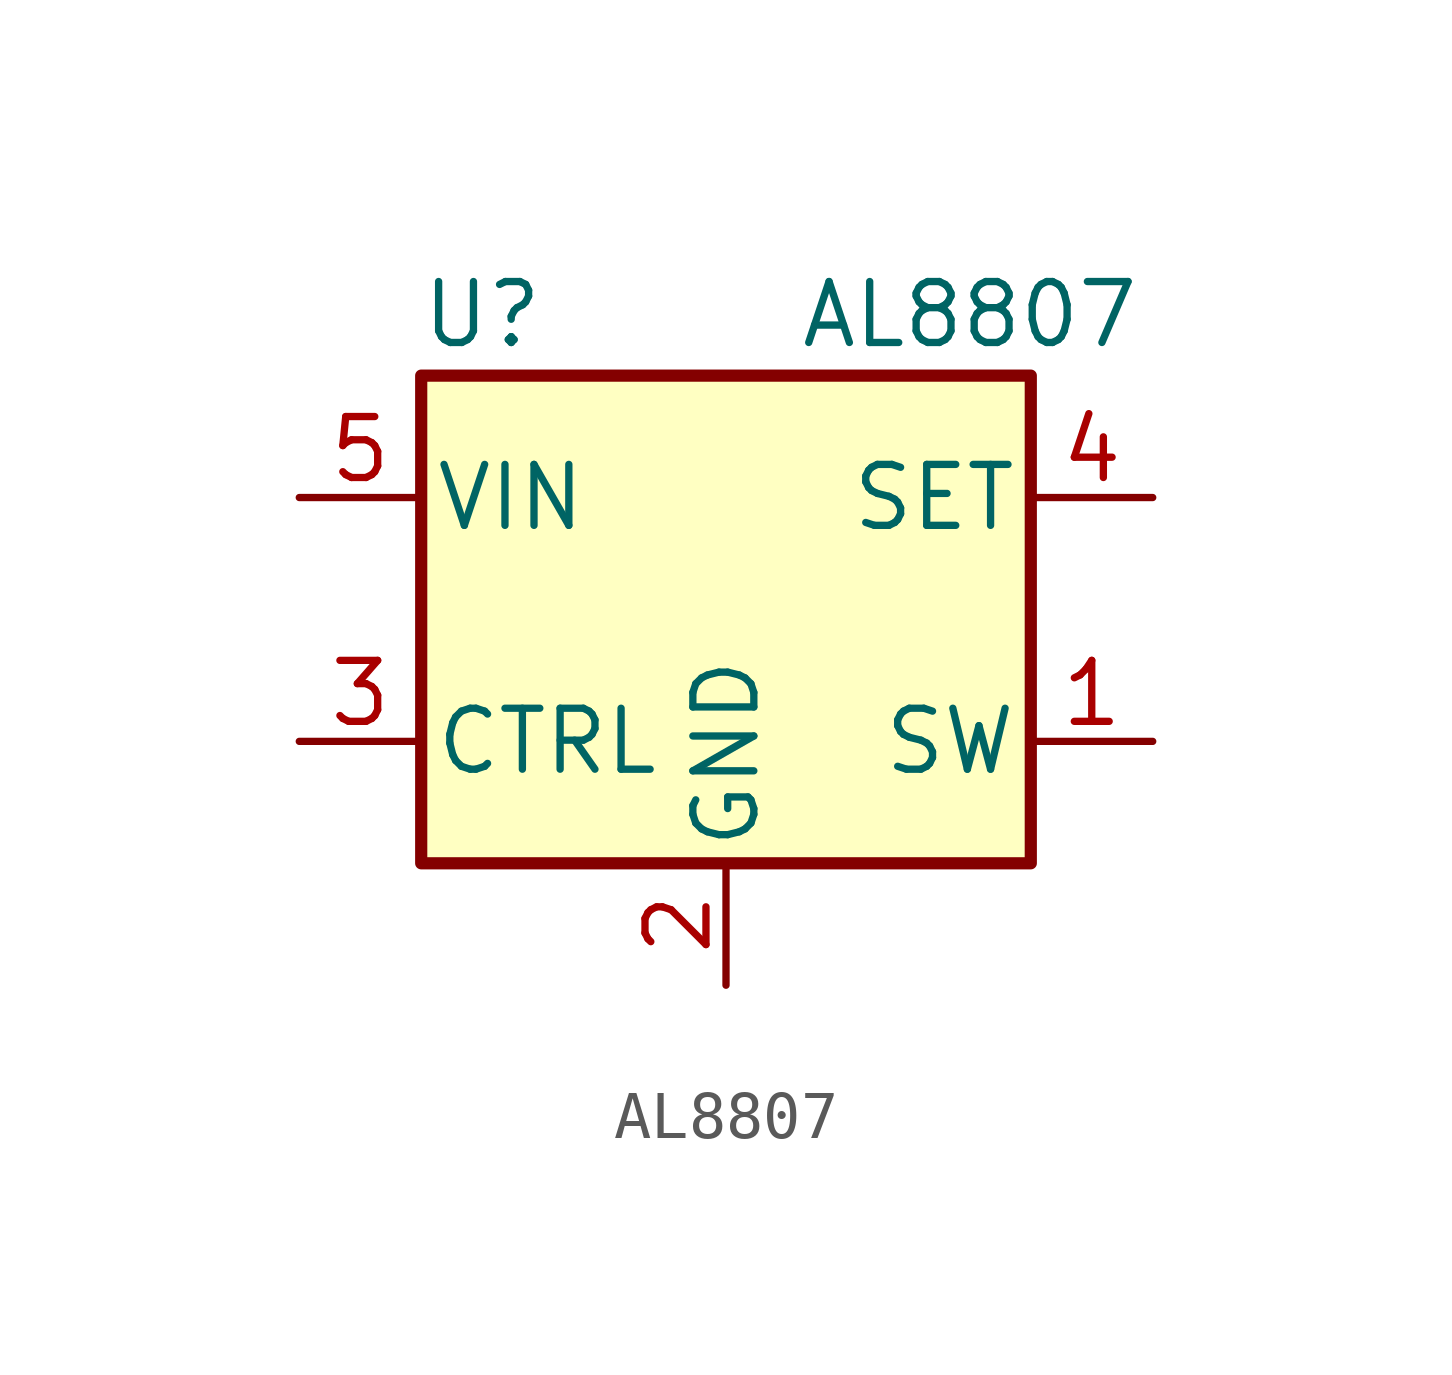
<source format=kicad_sym>
(kicad_symbol_lib
  (version 20231120)
  (generator "kicad_symbol_editor")
  (generator_version "8.0")
  (symbol "AL8807"
    (pin_names
      (offset 0.254))
    (property "Reference" "U"
      (at -5.08 6.35 0)
      (effects (font (size 1.27 1.27))))
    (property "Value" "AL8807"
      (at 5.08 6.35 0)
      (effects (font (size 1.27 1.27))))
    (symbol "AL8807_0_1"
      (rectangle (start -6.35 5.08) (end 6.35 -5.08) (stroke (width 0.254) (type default)) (fill (type background))))
    (symbol "AL8807_1_1"
      (pin passive line (at 8.89 -2.54 180) (length 2.54) (name "SW" (effects (font (size 1.27 1.27)))) (number "1" (effects (font (size 1.27 1.27)))))
      (pin passive line (at 0 -7.62 90) (length 2.54) (name "GND" (effects (font (size 1.27 1.27)))) (number "2" (effects (font (size 1.27 1.27)))))
      (pin passive line (at -8.89 -2.54 0) (length 2.54) (name "CTRL" (effects (font (size 1.27 1.27)))) (number "3" (effects (font (size 1.27 1.27)))))
      (pin passive line (at 8.89 2.54 180) (length 2.54) (name "SET" (effects (font (size 1.27 1.27)))) (number "4" (effects (font (size 1.27 1.27)))))
      (pin passive line (at -8.89 2.54 0) (length 2.54) (name "VIN" (effects (font (size 1.27 1.27)))) (number "5" (effects (font (size 1.27 1.27))))))))
</source>
